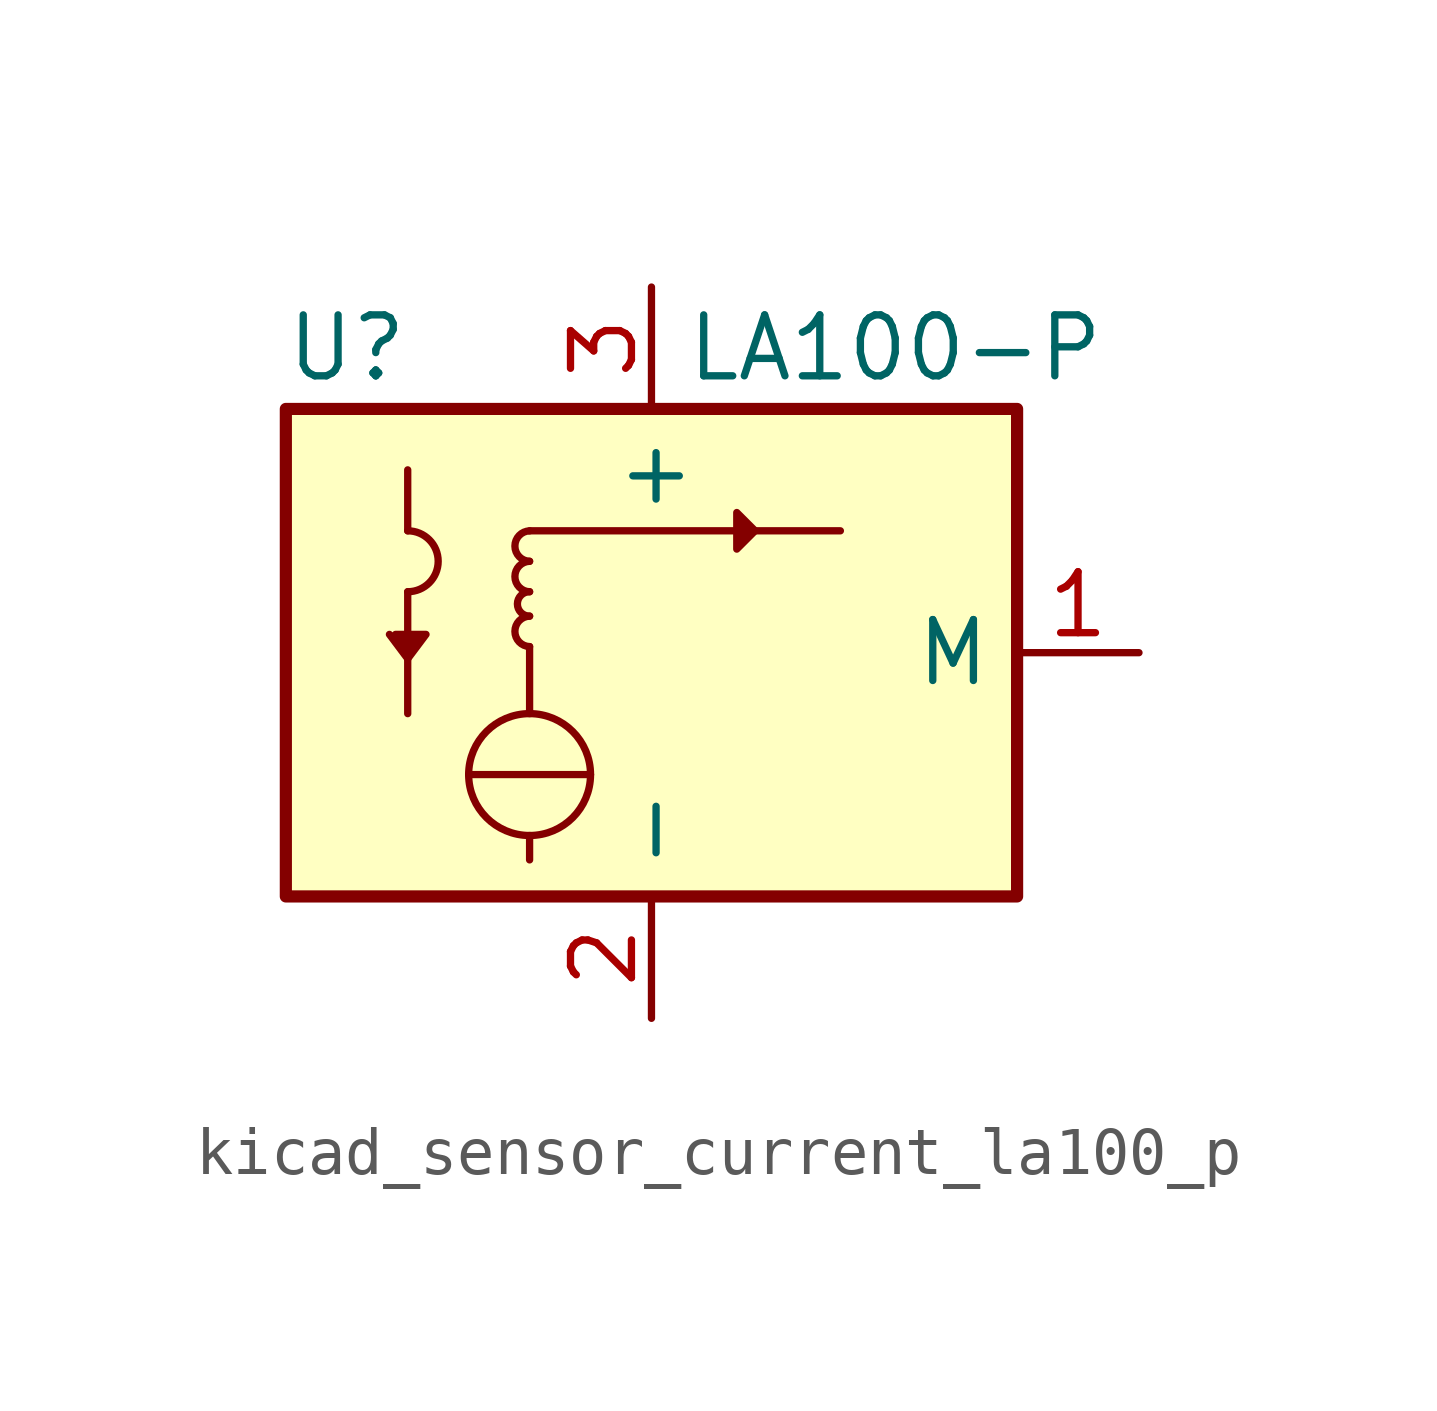
<source format=kicad_sym>
(kicad_symbol_lib
  (version 20220914)
  (generator kicad_symbol_editor)
  (symbol "kicad_sensor_current_la100_p"
    (property "Reference" "U"
      (at -6.35 6.35 0)
      (effects (font (size 1.27 1.27))))
    (property "Value" "LA100-P"
      (at 5.08 6.35 0)
      (effects (font (size 1.27 1.27))))
    (symbol "kicad_sensor_current_la100_p_0_1"
      (arc (start -5.08 1.27) (mid -4.4477 1.905) (end -5.08 2.54) (stroke (width 0) (type default)) (fill (type none)))
      (circle (center -2.54 -2.54) (radius 1.27) (stroke (width 0) (type default)) (fill (type none)))
      (arc (start -2.54 0.762) (mid -2.8448 0.4572) (end -2.54 0.127) (stroke (width 0) (type default)) (fill (type none)))
      (arc (start -2.54 1.27) (mid -2.7929 1.016) (end -2.54 0.762) (stroke (width 0) (type default)) (fill (type none)))
      (arc (start -2.54 1.905) (mid -2.8448 1.6002) (end -2.54 1.27) (stroke (width 0) (type default)) (fill (type none)))
      (arc (start -2.54 2.54) (mid -2.8448 2.2352) (end -2.54 1.905) (stroke (width 0) (type default)) (fill (type none)))
      (polyline (pts (xy -5.08 1.27) (xy -5.08 -1.27)) (stroke (width 0) (type default)) (fill (type none)))
      (polyline (pts (xy -5.08 3.81) (xy -5.08 2.54)) (stroke (width 0) (type default)) (fill (type none)))
      (polyline (pts (xy -3.81 -2.54) (xy -1.27 -2.54)) (stroke (width 0) (type default)) (fill (type none)))
      (polyline (pts (xy -2.54 -3.81) (xy -2.54 -4.318)) (stroke (width 0) (type default)) (fill (type none)))
      (polyline (pts (xy -2.54 -1.27) (xy -2.54 0.127)) (stroke (width 0) (type default)) (fill (type none)))
      (polyline (pts (xy -2.54 2.54) (xy 3.937 2.54)) (stroke (width 0) (type default)) (fill (type none)))
      (polyline (pts (xy -5.334 0.381) (xy -4.699 0.381) (xy -5.08 -0.127) (xy -5.461 0.381)) (stroke (width 0) (type default)) (fill (type outline)))
      (polyline (pts (xy 2.159 2.54) (xy 1.778 2.921) (xy 1.778 2.159) (xy 2.159 2.54)) (stroke (width 0) (type default)) (fill (type outline)))
      (rectangle (start 7.62 -5.08) (end -7.62 5.08) (stroke (width 0.254) (type default)) (fill (type background))))
    (symbol "kicad_sensor_current_la100_p_1_1"
      (pin output line (at 10.16 0 180) (length 2.54) (name "M" (effects (font (size 1.27 1.27)))) (number "1" (effects (font (size 1.27 1.27)))))
      (pin power_in line (at 0 -7.62 90) (length 2.54) (name "-" (effects (font (size 1.27 1.27)))) (number "2" (effects (font (size 1.27 1.27)))))
      (pin power_in line (at 0 7.62 270) (length 2.54) (name "+" (effects (font (size 1.27 1.27)))) (number "3" (effects (font (size 1.27 1.27))))))))
</source>
